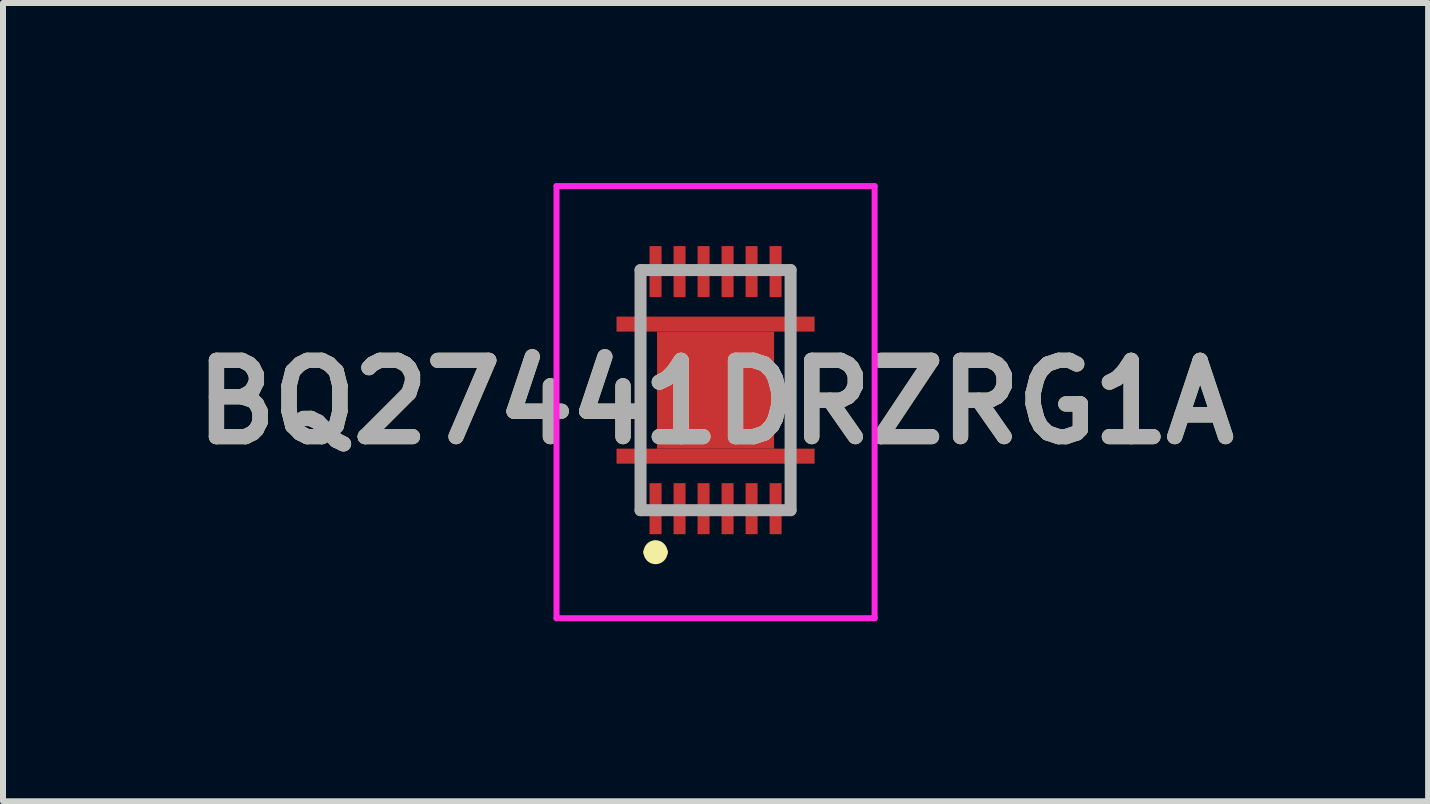
<source format=kicad_pcb>
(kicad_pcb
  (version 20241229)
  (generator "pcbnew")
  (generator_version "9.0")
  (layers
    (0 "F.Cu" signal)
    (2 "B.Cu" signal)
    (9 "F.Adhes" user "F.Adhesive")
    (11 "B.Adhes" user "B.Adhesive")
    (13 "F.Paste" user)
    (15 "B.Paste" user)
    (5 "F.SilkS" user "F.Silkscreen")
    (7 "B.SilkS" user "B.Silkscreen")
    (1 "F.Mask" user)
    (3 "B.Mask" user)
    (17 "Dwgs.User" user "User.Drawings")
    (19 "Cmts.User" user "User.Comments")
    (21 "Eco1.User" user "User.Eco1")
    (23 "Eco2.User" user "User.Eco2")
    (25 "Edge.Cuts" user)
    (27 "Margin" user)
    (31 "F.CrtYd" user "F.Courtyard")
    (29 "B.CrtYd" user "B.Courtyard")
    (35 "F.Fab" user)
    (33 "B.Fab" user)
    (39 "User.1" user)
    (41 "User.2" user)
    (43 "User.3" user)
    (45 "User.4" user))
  (footprint "BQ27441DRZRG1A"
    (layer "F.Cu")
    (at 8.872 3.45)
    (property "Reference" "BQ27441DRZRG1A" (at 0 0.2 0) (layer "F.SilkS") (effects (font (size 1.27 1.27) (thickness 0.254))))
    (attr smd)
    (fp_line (start -1.25 -1.975) (end -1.25 -1.4) (stroke (width 0.1) (type solid)) (layer "F.SilkS"))
    (fp_line (start -1.25 -0.8) (end -1.25 0.8) (stroke (width 0.1) (type solid)) (layer "F.SilkS"))
    (fp_line (start -1.25 1.4) (end -1.25 1.975) (stroke (width 0.1) (type solid)) (layer "F.SilkS"))
    (fp_line (start -1.1 2.7) (end -1.1 2.7) (stroke (width 0.2) (type solid)) (layer "F.SilkS"))
    (fp_line (start -0.9 2.7) (end -0.9 2.7) (stroke (width 0.2) (type solid)) (layer "F.SilkS"))
    (fp_line (start 1.25 -2) (end 1.25 -1.4) (stroke (width 0.1) (type solid)) (layer "F.SilkS"))
    (fp_line (start 1.25 -0.8) (end 1.25 0.8) (stroke (width 0.1) (type solid)) (layer "F.SilkS"))
    (fp_line (start 1.25 2) (end 1.25 1.4) (stroke (width 0.1) (type solid)) (layer "F.SilkS"))
    (fp_arc (start -1.1 2.7) (mid -1 2.6) (end -0.9 2.7) (stroke (width 0.2) (type solid)) (layer "F.SilkS"))
    (fp_arc (start -0.9 2.7) (mid -1 2.8) (end -1.1 2.7) (stroke (width 0.2) (type solid)) (layer "F.SilkS"))
    (fp_line (start -2.65 -3.4) (end 2.65 -3.4) (stroke (width 0.1) (type solid)) (layer "F.CrtYd"))
    (fp_line (start -2.65 3.8) (end -2.65 -3.4) (stroke (width 0.1) (type solid)) (layer "F.CrtYd"))
    (fp_line (start 2.65 -3.4) (end 2.65 3.8) (stroke (width 0.1) (type solid)) (layer "F.CrtYd"))
    (fp_line (start 2.65 3.8) (end -2.65 3.8) (stroke (width 0.1) (type solid)) (layer "F.CrtYd"))
    (fp_line (start -1.25 -2) (end 1.25 -2) (stroke (width 0.2) (type solid)) (layer "F.Fab"))
    (fp_line (start -1.25 2) (end -1.25 -2) (stroke (width 0.2) (type solid)) (layer "F.Fab"))
    (fp_line (start 1.25 -2) (end 1.25 2) (stroke (width 0.2) (type solid)) (layer "F.Fab"))
    (fp_line (start 1.25 2) (end -1.25 2) (stroke (width 0.2) (type solid)) (layer "F.Fab"))
    (fp_text user "${REFERENCE}" (at 0 0.2 0) (layer "F.Fab") (effects (font (size 1.27 1.27) (thickness 0.254))))
    (pad "1" smd rect (at -1 1.975) (size 0.2 0.85) (layers "F.Cu" "F.Mask" "F.Paste"))
    (pad "2" smd rect (at -0.6 1.975) (size 0.2 0.85) (layers "F.Cu" "F.Mask" "F.Paste"))
    (pad "3" smd rect (at -0.2 1.975) (size 0.2 0.85) (layers "F.Cu" "F.Mask" "F.Paste"))
    (pad "4" smd rect (at 0.2 1.975) (size 0.2 0.85) (layers "F.Cu" "F.Mask" "F.Paste"))
    (pad "5" smd rect (at 0.6 1.975) (size 0.2 0.85) (layers "F.Cu" "F.Mask" "F.Paste"))
    (pad "6" smd rect (at 1 1.975) (size 0.2 0.85) (layers "F.Cu" "F.Mask" "F.Paste"))
    (pad "7" smd rect (at 1 -1.975) (size 0.2 0.85) (layers "F.Cu" "F.Mask" "F.Paste"))
    (pad "8" smd rect (at 0.6 -1.975) (size 0.2 0.85) (layers "F.Cu" "F.Mask" "F.Paste"))
    (pad "9" smd rect (at 0.2 -1.975) (size 0.2 0.85) (layers "F.Cu" "F.Mask" "F.Paste"))
    (pad "10" smd rect (at -0.2 -1.975) (size 0.2 0.85) (layers "F.Cu" "F.Mask" "F.Paste"))
    (pad "11" smd rect (at -0.6 -1.975) (size 0.2 0.85) (layers "F.Cu" "F.Mask" "F.Paste"))
    (pad "12" smd rect (at -1 -1.975) (size 0.2 0.85) (layers "F.Cu" "F.Mask" "F.Paste"))
    (pad "13" smd rect (at 0 0) (size 1.95 1.95) (layers "F.Cu" "F.Mask" "F.Paste"))
    (pad "14" smd rect (at 0 -1.1 90) (size 0.25 3.3) (layers "F.Cu" "F.Mask" "F.Paste"))
    (pad "15" smd rect (at 0 1.1 90) (size 0.25 3.3) (layers "F.Cu" "F.Mask" "F.Paste")))
  (gr_rect
    (start -3 -3)
    (end 20.744 10.3)
    (stroke (width 0.1) (type default))
    (fill no)
    (layer "Edge.Cuts")))
</source>
